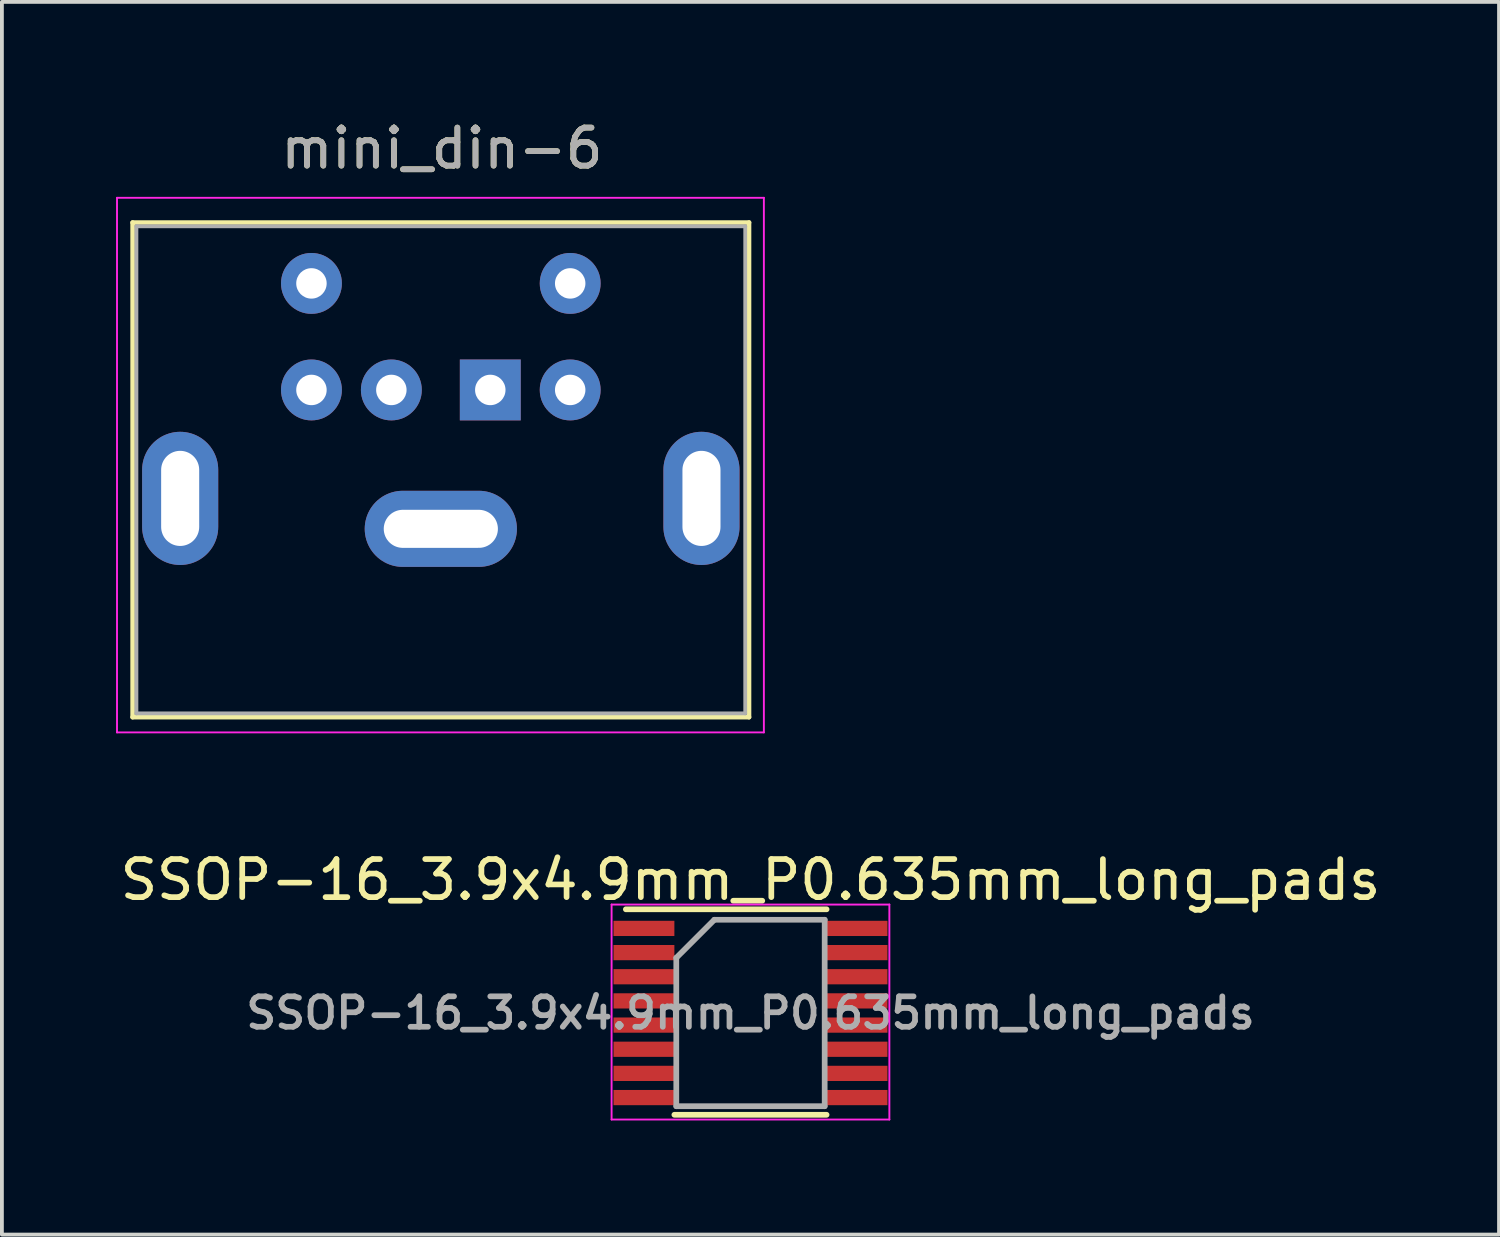
<source format=kicad_pcb>
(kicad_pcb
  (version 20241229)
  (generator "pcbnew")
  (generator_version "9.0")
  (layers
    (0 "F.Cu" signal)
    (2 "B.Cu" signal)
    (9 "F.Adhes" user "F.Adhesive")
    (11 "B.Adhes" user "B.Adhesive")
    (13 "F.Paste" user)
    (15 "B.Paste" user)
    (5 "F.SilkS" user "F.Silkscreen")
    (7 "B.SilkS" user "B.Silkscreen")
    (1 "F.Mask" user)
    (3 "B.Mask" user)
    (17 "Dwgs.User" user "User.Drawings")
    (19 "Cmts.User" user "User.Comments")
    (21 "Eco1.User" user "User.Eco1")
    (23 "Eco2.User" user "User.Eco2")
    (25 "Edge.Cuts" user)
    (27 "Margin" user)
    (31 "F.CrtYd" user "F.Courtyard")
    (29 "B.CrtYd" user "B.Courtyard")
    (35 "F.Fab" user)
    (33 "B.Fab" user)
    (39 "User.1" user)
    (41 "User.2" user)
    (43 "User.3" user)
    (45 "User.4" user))
  (footprint "SSOP-16_3.9x4.9mm_P0.635mm_long_pads"
    (layer "F.Cu")
    (at 16.673 23.572)
    (property "Reference" "SSOP-16_3.9x4.9mm_P0.635mm_long_pads" (at 0 -3.5 0) (layer "F.SilkS") (effects (font (size 1 1) (thickness 0.15))))
    (attr smd)
    (fp_line (start -3.275 -2.725) (end 2 -2.725) (stroke (width 0.15) (type solid)) (layer "F.SilkS"))
    (fp_line (start -2 2.675) (end 2 2.675) (stroke (width 0.15) (type solid)) (layer "F.SilkS"))
    (fp_line (start -3.65 -2.85) (end -3.65 2.8) (stroke (width 0.05) (type solid)) (layer "F.CrtYd"))
    (fp_line (start -3.65 -2.85) (end 3.65 -2.85) (stroke (width 0.05) (type solid)) (layer "F.CrtYd"))
    (fp_line (start -3.65 2.8) (end 3.65 2.8) (stroke (width 0.05) (type solid)) (layer "F.CrtYd"))
    (fp_line (start 3.65 -2.85) (end 3.65 2.8) (stroke (width 0.05) (type solid)) (layer "F.CrtYd"))
    (fp_line (start -1.95 -1.45) (end -0.95 -2.45) (stroke (width 0.15) (type solid)) (layer "F.Fab"))
    (fp_line (start -1.95 2.45) (end -1.95 -1.45) (stroke (width 0.15) (type solid)) (layer "F.Fab"))
    (fp_line (start -0.95 -2.45) (end 1.95 -2.45) (stroke (width 0.15) (type solid)) (layer "F.Fab"))
    (fp_line (start 1.95 -2.45) (end 1.95 2.45) (stroke (width 0.15) (type solid)) (layer "F.Fab"))
    (fp_line (start 1.95 2.45) (end -1.95 2.45) (stroke (width 0.15) (type solid)) (layer "F.Fab"))
    (fp_text user "${REFERENCE}" (at 0 0 0) (layer "F.Fab") (effects (font (size 0.8 0.8) (thickness 0.15))))
    (pad "1" smd rect (at -2.8 -2.223) (size 1.6 0.4) (layers "F.Cu" "F.Mask" "F.Paste"))
    (pad "2" smd rect (at -2.8 -1.587) (size 1.6 0.4) (layers "F.Cu" "F.Mask" "F.Paste"))
    (pad "3" smd rect (at -2.8 -0.953) (size 1.6 0.4) (layers "F.Cu" "F.Mask" "F.Paste"))
    (pad "4" smd rect (at -2.8 -0.318) (size 1.6 0.4) (layers "F.Cu" "F.Mask" "F.Paste"))
    (pad "5" smd rect (at -2.8 0.318) (size 1.6 0.4) (layers "F.Cu" "F.Mask" "F.Paste"))
    (pad "6" smd rect (at -2.8 0.953) (size 1.6 0.4) (layers "F.Cu" "F.Mask" "F.Paste"))
    (pad "7" smd rect (at -2.8 1.587) (size 1.6 0.4) (layers "F.Cu" "F.Mask" "F.Paste"))
    (pad "8" smd rect (at -2.8 2.223) (size 1.6 0.4) (layers "F.Cu" "F.Mask" "F.Paste"))
    (pad "9" smd rect (at 2.8 2.223) (size 1.6 0.4) (layers "F.Cu" "F.Mask" "F.Paste"))
    (pad "10" smd rect (at 2.8 1.587) (size 1.6 0.4) (layers "F.Cu" "F.Mask" "F.Paste"))
    (pad "11" smd rect (at 2.8 0.953) (size 1.6 0.4) (layers "F.Cu" "F.Mask" "F.Paste"))
    (pad "12" smd rect (at 2.8 0.318) (size 1.6 0.4) (layers "F.Cu" "F.Mask" "F.Paste"))
    (pad "13" smd rect (at 2.8 -0.318) (size 1.6 0.4) (layers "F.Cu" "F.Mask" "F.Paste"))
    (pad "14" smd rect (at 2.8 -0.953) (size 1.6 0.4) (layers "F.Cu" "F.Mask" "F.Paste"))
    (pad "15" smd rect (at 2.8 -1.587) (size 1.6 0.4) (layers "F.Cu" "F.Mask" "F.Paste"))
    (pad "16" smd rect (at 2.8 -2.223) (size 1.6 0.4) (layers "F.Cu" "F.Mask" "F.Paste")))
  (footprint "mini_din-6"
    (layer "F.Cu")
    (at 9.835 7.198)
    (property "Reference" "mini_din-6" (at -1.27 -6.35 0) (layer "F.SilkS") (effects (font (size 1 1) (thickness 0.15))))
    (attr through_hole)
    (fp_line (start -9.4 -4.4) (end -9.4 8.6) (stroke (width 0.12) (type solid)) (layer "F.SilkS"))
    (fp_line (start -9.4 -4.4) (end 6.8 -4.4) (stroke (width 0.12) (type solid)) (layer "F.SilkS"))
    (fp_line (start -9.4 8.6) (end 6.8 8.6) (stroke (width 0.12) (type solid)) (layer "F.SilkS"))
    (fp_line (start 6.8 -4.4) (end 6.8 8.6) (stroke (width 0.12) (type solid)) (layer "F.SilkS"))
    (fp_line (start -9.81 -5.05) (end -9.81 9) (stroke (width 0.05) (type solid)) (layer "F.CrtYd"))
    (fp_line (start -9.81 -5.05) (end 7.19 -5.05) (stroke (width 0.05) (type solid)) (layer "F.CrtYd"))
    (fp_line (start 7.19 9) (end -9.81 9) (stroke (width 0.05) (type solid)) (layer "F.CrtYd"))
    (fp_line (start 7.19 9) (end 7.19 -5.05) (stroke (width 0.05) (type solid)) (layer "F.CrtYd"))
    (fp_line (start -9.3 -4.3) (end 6.7 -4.3) (stroke (width 0.1) (type solid)) (layer "F.Fab"))
    (fp_line (start -9.3 8.5) (end -9.3 -4.3) (stroke (width 0.1) (type solid)) (layer "F.Fab"))
    (fp_line (start 6.7 -4.3) (end 6.7 8.5) (stroke (width 0.1) (type solid)) (layer "F.Fab"))
    (fp_line (start 6.7 8.5) (end -9.3 8.5) (stroke (width 0.1) (type solid)) (layer "F.Fab"))
    (fp_text user "${REFERENCE}" (at -1.27 -6.35 0) (layer "F.Fab") (effects (font (size 1 1) (thickness 0.15))))
    (pad "1" thru_hole rect (at 0 0) (size 1.6 1.6) (drill 0.8) (layers "*.Cu" "*.Mask"))
    (pad "2" thru_hole circle (at -2.6 0) (size 1.6 1.6) (drill 0.8) (layers "*.Cu" "*.Mask"))
    (pad "3" thru_hole circle (at 2.1 0) (size 1.6 1.6) (drill 0.8) (layers "*.Cu" "*.Mask"))
    (pad "4" thru_hole circle (at -4.7 0) (size 1.6 1.6) (drill 0.8) (layers "*.Cu" "*.Mask"))
    (pad "5" thru_hole circle (at 2.1 -2.8) (size 1.6 1.6) (drill 0.8) (layers "*.Cu" "*.Mask"))
    (pad "6" thru_hole circle (at -4.7 -2.8) (size 1.6 1.6) (drill 0.8) (layers "*.Cu" "*.Mask"))
    (pad "7" thru_hole oval (at -8.15 2.85) (size 2 3.5) (drill oval 1 2.5) (layers "*.Cu" "*.Mask"))
    (pad "7" thru_hole oval (at -1.3 3.65) (size 4 2) (drill oval 3 1) (layers "*.Cu" "*.Mask"))
    (pad "7" thru_hole oval (at 5.55 2.85) (size 2 3.5) (drill oval 1 2.5) (layers "*.Cu" "*.Mask")))
  (gr_rect
    (start -3 -3)
    (end 36.345 29.396)
    (stroke (width 0.1) (type default))
    (fill no)
    (layer "Edge.Cuts")))
</source>
